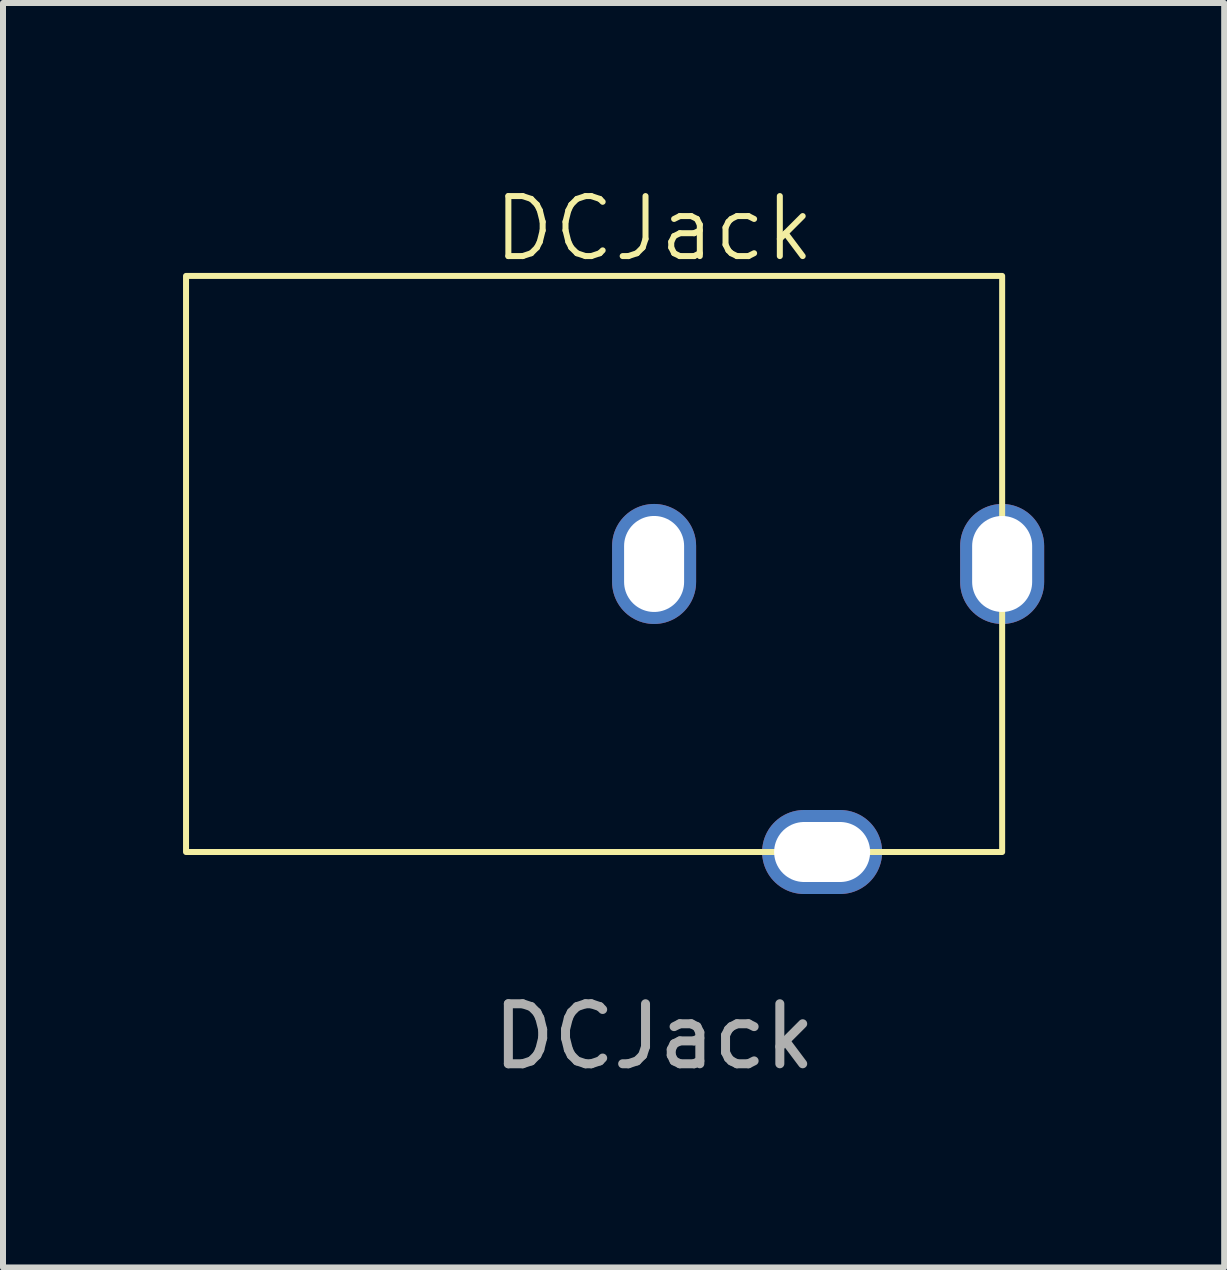
<source format=kicad_pcb>
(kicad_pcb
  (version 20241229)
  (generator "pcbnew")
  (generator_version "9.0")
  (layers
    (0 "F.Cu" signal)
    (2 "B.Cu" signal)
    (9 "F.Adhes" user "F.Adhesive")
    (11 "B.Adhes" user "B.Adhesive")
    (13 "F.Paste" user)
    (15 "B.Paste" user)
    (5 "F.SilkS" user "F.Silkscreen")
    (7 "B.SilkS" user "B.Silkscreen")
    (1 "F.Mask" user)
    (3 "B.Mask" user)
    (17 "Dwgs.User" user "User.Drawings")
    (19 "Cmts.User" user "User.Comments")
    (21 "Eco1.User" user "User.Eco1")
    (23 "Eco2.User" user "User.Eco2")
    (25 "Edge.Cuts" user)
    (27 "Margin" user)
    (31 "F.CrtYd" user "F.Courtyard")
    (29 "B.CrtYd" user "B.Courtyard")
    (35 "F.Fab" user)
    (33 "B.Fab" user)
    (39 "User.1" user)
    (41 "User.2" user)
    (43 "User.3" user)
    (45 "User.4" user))
  (footprint "DCJack"
    (layer "F.Cu")
    (at 7.85 6.348)
    (property "Reference" "DCJack" (at 0 -5.588 0) (unlocked yes) (layer "F.SilkS") (effects (font (size 1 1) (thickness 0.1))))
    (attr smd)
    (fp_rect (start 5.8 4.8) (end -7.8 -4.8) (stroke (width 0.1) (type default)) (fill no) (layer "F.SilkS"))
    (fp_text user "${REFERENCE}" (at 0 7.874 0) (unlocked yes) (layer "F.Fab") (effects (font (size 1 1) (thickness 0.15))))
    (pad "1" thru_hole oval (at 5.8 0) (size 1.4 2) (drill oval 1 1.6) (layers "*.Cu" "*.Mask"))
    (pad "2" thru_hole oval (at 0 0) (size 1.4 2) (drill oval 1 1.6) (layers "*.Cu" "*.Mask"))
    (pad "2" thru_hole oval (at 2.8 4.8) (size 2 1.4) (drill oval 1.6 1) (layers "*.Cu" "*.Mask")))
  (gr_rect
    (start -3 -3)
    (end 17.35 18.071)
    (stroke (width 0.1) (type default))
    (fill no)
    (layer "Edge.Cuts")))
</source>
